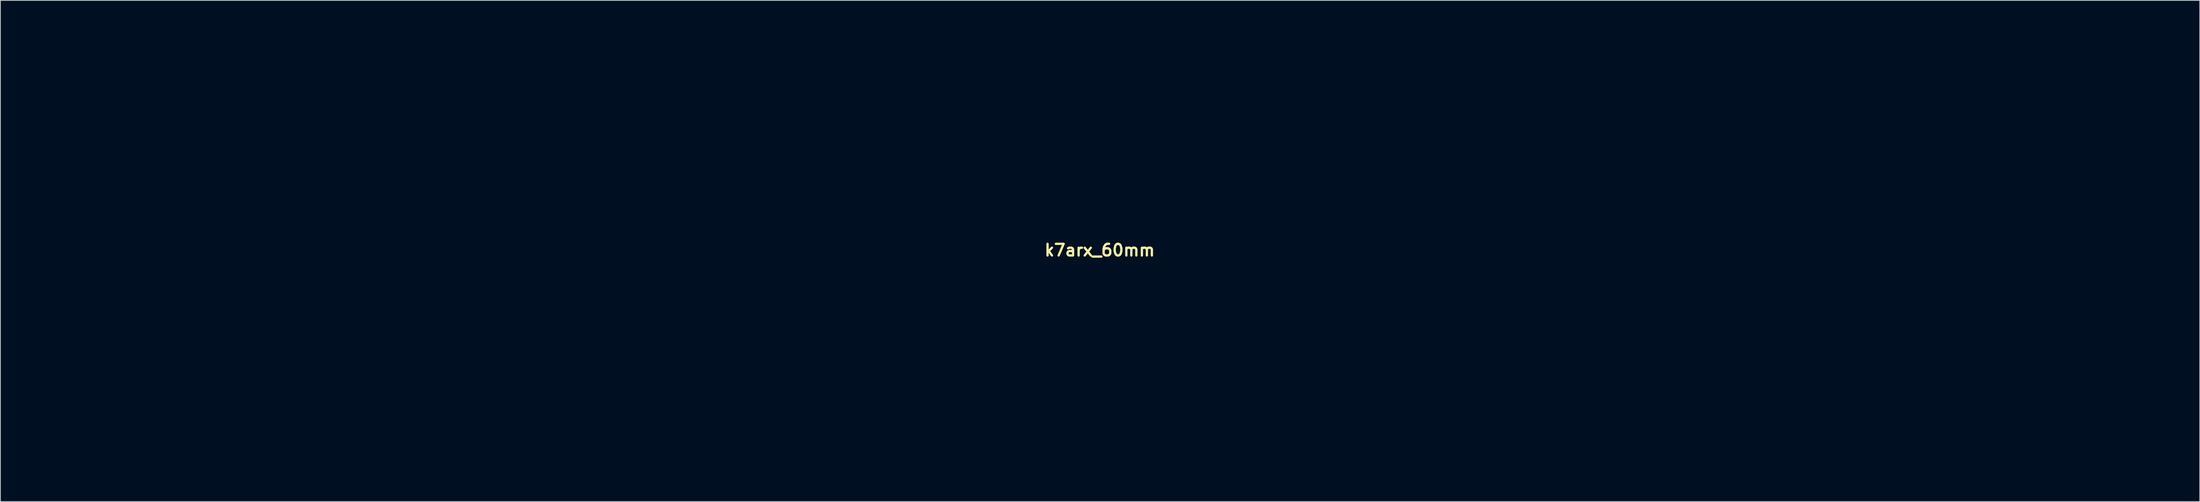
<source format=kicad_pcb>
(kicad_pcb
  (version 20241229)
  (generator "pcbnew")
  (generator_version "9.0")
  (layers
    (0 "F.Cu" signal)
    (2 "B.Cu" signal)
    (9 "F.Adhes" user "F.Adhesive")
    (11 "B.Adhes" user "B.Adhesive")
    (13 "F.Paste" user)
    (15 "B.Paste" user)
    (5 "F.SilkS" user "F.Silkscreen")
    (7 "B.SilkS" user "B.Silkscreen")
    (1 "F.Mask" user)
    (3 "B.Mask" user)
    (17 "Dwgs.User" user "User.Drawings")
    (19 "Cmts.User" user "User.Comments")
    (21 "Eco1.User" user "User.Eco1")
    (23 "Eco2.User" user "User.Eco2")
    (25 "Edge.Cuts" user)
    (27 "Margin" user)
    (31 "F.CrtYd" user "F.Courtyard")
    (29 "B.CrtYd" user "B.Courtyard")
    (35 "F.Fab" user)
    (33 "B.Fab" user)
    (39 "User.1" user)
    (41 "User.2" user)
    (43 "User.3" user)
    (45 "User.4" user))
  (footprint "k7arx_60mm"
    (layer "F.Cu")
    (at 140.752 29.701)
    (property "Reference" "k7arx_60mm" (at 0 0 0) (layer "F.SilkS") (effects (font (size 1.524 1.524) (thickness 0.3))))
    (attr through_hole)
    (fp_poly (pts (xy -77.039 -29.178) (xy -76.8 -29.163) (xy -76.47 -29.139) (xy -76.062 -29.107) (xy -75.592 -29.069) (xy -75.074 -29.026) (xy -74.521 -28.978) (xy -74.153 -28.946) (xy -73.006 -28.846) (xy -71.944 -28.757) (xy -70.951 -28.679) (xy -70.012 -28.61) (xy -69.112 -28.551) (xy -68.235 -28.501) (xy -67.368 -28.459) (xy -66.495 -28.424) (xy -65.6 -28.396) (xy -64.668 -28.375) (xy -63.685 -28.359) (xy -62.636 -28.348) (xy -61.505 -28.341) (xy -60.276 -28.338) (xy -59.567 -28.338) (xy -58.131 -28.34) (xy -56.8 -28.347) (xy -55.559 -28.359) (xy -54.393 -28.377) (xy -53.289 -28.401) (xy -52.23 -28.431) (xy -51.202 -28.468) (xy -50.19 -28.513) (xy -49.179 -28.566) (xy -48.155 -28.627) (xy -47.102 -28.697) (xy -46.127 -28.768) (xy -45.596 -28.806) (xy -45.098 -28.84) (xy -44.648 -28.868) (xy -44.259 -28.89) (xy -43.944 -28.905) (xy -43.718 -28.912) (xy -43.592 -28.911) (xy -43.575 -28.909) (xy -43.344 -28.786) (xy -43.092 -28.559) (xy -42.826 -28.236) (xy -42.555 -27.828) (xy -42.288 -27.347) (xy -42.26 -27.291) (xy -42.082 -26.91) (xy -41.902 -26.475) (xy -41.726 -26.007) (xy -41.561 -25.529) (xy -41.413 -25.06) (xy -41.29 -24.622) (xy -41.198 -24.236) (xy -41.144 -23.924) (xy -41.132 -23.761) (xy -41.149 -23.59) (xy -41.205 -23.416) (xy -41.31 -23.222) (xy -41.474 -22.995) (xy -41.707 -22.72) (xy -42.018 -22.381) (xy -42.072 -22.324) (xy -42.685 -21.673) (xy -43.232 -21.082) (xy -43.736 -20.526) (xy -44.218 -19.982) (xy -44.648 -19.485) (xy -46.366 -17.403) (xy -48.009 -15.247) (xy -49.573 -13.026) (xy -51.051 -10.749) (xy -52.44 -8.426) (xy -53.733 -6.065) (xy -54.926 -3.676) (xy -56.012 -1.268) (xy -56.988 1.152) (xy -57.604 2.852) (xy -58.269 4.883) (xy -58.849 6.88) (xy -59.349 8.868) (xy -59.774 10.871) (xy -60.13 12.911) (xy -60.421 15.013) (xy -60.628 16.933) (xy -60.654 17.283) (xy -60.677 17.724) (xy -60.697 18.241) (xy -60.713 18.818) (xy -60.726 19.439) (xy -60.735 20.088) (xy -60.74 20.749) (xy -60.742 21.407) (xy -60.739 22.044) (xy -60.733 22.646) (xy -60.723 23.196) (xy -60.708 23.678) (xy -60.69 24.077) (xy -60.667 24.376) (xy -60.66 24.439) (xy -60.585 24.981) (xy -60.487 25.56) (xy -60.375 26.145) (xy -60.254 26.706) (xy -60.131 27.21) (xy -60.012 27.627) (xy -60.008 27.637) (xy -59.88 28.089) (xy -59.795 28.499) (xy -59.764 28.763) (xy -59.753 29.005) (xy -59.763 29.168) (xy -59.8 29.291) (xy -59.871 29.412) (xy -59.877 29.42) (xy -60.026 29.591) (xy -60.205 29.736) (xy -60.228 29.75) (xy -60.264 29.77) (xy -60.305 29.788) (xy -60.357 29.804) (xy -60.428 29.818) (xy -60.524 29.83) (xy -60.654 29.84) (xy -60.825 29.848) (xy -61.043 29.856) (xy -61.316 29.862) (xy -61.651 29.866) (xy -62.055 29.87) (xy -62.536 29.873) (xy -63.1 29.876) (xy -63.755 29.878) (xy -64.509 29.88) (xy -65.368 29.881) (xy -66.339 29.883) (xy -66.382 29.883) (xy -67.221 29.884) (xy -68.028 29.884) (xy -68.795 29.883) (xy -69.514 29.881) (xy -70.176 29.879) (xy -70.773 29.875) (xy -71.296 29.872) (xy -71.738 29.867) (xy -72.088 29.862) (xy -72.34 29.856) (xy -72.485 29.85) (xy -72.515 29.847) (xy -72.804 29.724) (xy -73.075 29.514) (xy -73.296 29.251) (xy -73.432 28.966) (xy -73.435 28.956) (xy -73.468 28.753) (xy -73.488 28.432) (xy -73.495 27.995) (xy -73.487 27.444) (xy -73.467 26.781) (xy -73.437 26.091) (xy -73.259 23.576) (xy -72.966 21.03) (xy -72.56 18.452) (xy -72.039 15.845) (xy -71.406 13.211) (xy -70.66 10.551) (xy -69.802 7.867) (xy -68.832 5.16) (xy -67.751 2.432) (xy -66.56 -0.315) (xy -65.258 -3.08) (xy -63.847 -5.861) (xy -63.323 -6.845) (xy -62.52 -8.305) (xy -61.67 -9.788) (xy -60.787 -11.275) (xy -59.881 -12.747) (xy -58.965 -14.186) (xy -58.049 -15.574) (xy -57.147 -16.891) (xy -56.269 -18.118) (xy -56.029 -18.444) (xy -55.898 -18.631) (xy -55.805 -18.78) (xy -55.767 -18.868) (xy -55.768 -18.879) (xy -55.834 -18.886) (xy -56.011 -18.891) (xy -56.291 -18.896) (xy -56.666 -18.901) (xy -57.128 -18.905) (xy -57.667 -18.908) (xy -58.276 -18.911) (xy -58.946 -18.913) (xy -59.669 -18.914) (xy -60.436 -18.915) (xy -61.239 -18.915) (xy -62.07 -18.915) (xy -62.919 -18.914) (xy -63.779 -18.913) (xy -64.641 -18.912) (xy -65.497 -18.909) (xy -66.338 -18.907) (xy -67.157 -18.904) (xy -67.943 -18.9) (xy -68.69 -18.896) (xy -69.388 -18.892) (xy -70.03 -18.887) (xy -70.606 -18.882) (xy -71.109 -18.877) (xy -71.529 -18.871) (xy -71.859 -18.865) (xy -72.09 -18.858) (xy -72.177 -18.854) (xy -73.584 -18.73) (xy -74.909 -18.532) (xy -76.166 -18.256) (xy -77.368 -17.9) (xy -77.896 -17.713) (xy -78.163 -17.607) (xy -78.508 -17.462) (xy -78.902 -17.289) (xy -79.317 -17.102) (xy -79.723 -16.913) (xy -79.773 -16.89) (xy -80.286 -16.648) (xy -80.706 -16.454) (xy -81.046 -16.305) (xy -81.32 -16.194) (xy -81.542 -16.117) (xy -81.726 -16.067) (xy -81.885 -16.041) (xy -82.033 -16.033) (xy -82.048 -16.033) (xy -82.491 -16.075) (xy -82.874 -16.196) (xy -83.186 -16.387) (xy -83.416 -16.639) (xy -83.552 -16.944) (xy -83.585 -17.212) (xy -83.556 -17.545) (xy -83.474 -17.972) (xy -83.342 -18.481) (xy -83.166 -19.06) (xy -82.95 -19.697) (xy -82.7 -20.382) (xy -82.421 -21.102) (xy -82.116 -21.846) (xy -81.792 -22.603) (xy -81.453 -23.36) (xy -81.103 -24.108) (xy -80.748 -24.832) (xy -80.393 -25.524) (xy -80.041 -26.17) (xy -79.699 -26.759) (xy -79.371 -27.281) (xy -79.322 -27.353) (xy -78.959 -27.875) (xy -78.635 -28.296) (xy -78.342 -28.624) (xy -78.068 -28.868) (xy -77.804 -29.036) (xy -77.54 -29.138) (xy -77.266 -29.18) (xy -77.173 -29.183) (xy -77.039 -29.178)) (stroke (width 0.01) (type solid)) (fill yes) (layer "F.Mask"))
    (fp_poly (pts (xy -134.032 -28.732) (xy -133.309 -28.732) (xy -132.688 -28.73) (xy -132.162 -28.728) (xy -131.72 -28.725) (xy -131.355 -28.72) (xy -131.057 -28.714) (xy -130.818 -28.706) (xy -130.629 -28.697) (xy -130.482 -28.685) (xy -130.367 -28.671) (xy -130.275 -28.654) (xy -130.199 -28.635) (xy -130.171 -28.627) (xy -129.768 -28.455) (xy -129.445 -28.206) (xy -129.184 -27.864) (xy -129.102 -27.715) (xy -128.891 -27.303) (xy -128.899 -26.486) (xy -128.908 -26.12) (xy -128.929 -25.683) (xy -128.958 -25.223) (xy -128.992 -24.79) (xy -129.002 -24.679) (xy -129.067 -23.977) (xy -129.128 -23.218) (xy -129.187 -22.395) (xy -129.244 -21.497) (xy -129.3 -20.518) (xy -129.355 -19.448) (xy -129.41 -18.279) (xy -129.464 -17.003) (xy -129.493 -16.303) (xy -129.509 -15.851) (xy -129.526 -15.324) (xy -129.543 -14.73) (xy -129.56 -14.082) (xy -129.576 -13.39) (xy -129.592 -12.664) (xy -129.607 -11.915) (xy -129.622 -11.154) (xy -129.636 -10.392) (xy -129.648 -9.64) (xy -129.659 -8.907) (xy -129.669 -8.206) (xy -129.677 -7.546) (xy -129.683 -6.938) (xy -129.687 -6.394) (xy -129.689 -5.923) (xy -129.688 -5.536) (xy -129.685 -5.245) (xy -129.68 -5.06) (xy -129.677 -5.024) (xy -129.611 -4.632) (xy -129.492 -4.348) (xy -129.322 -4.173) (xy -129.101 -4.105) (xy -128.83 -4.147) (xy -128.511 -4.297) (xy -128.143 -4.557) (xy -128.142 -4.557) (xy -127.958 -4.709) (xy -127.699 -4.93) (xy -127.378 -5.207) (xy -127.008 -5.53) (xy -126.604 -5.885) (xy -126.178 -6.261) (xy -125.744 -6.647) (xy -125.316 -7.029) (xy -124.907 -7.397) (xy -124.531 -7.739) (xy -124.329 -7.923) (xy -123.388 -8.792) (xy -122.469 -9.65) (xy -121.567 -10.505) (xy -120.675 -11.362) (xy -119.786 -12.23) (xy -118.894 -13.113) (xy -117.992 -14.021) (xy -117.072 -14.959) (xy -116.13 -15.933) (xy -115.157 -16.952) (xy -114.148 -18.021) (xy -113.096 -19.148) (xy -111.994 -20.339) (xy -110.835 -21.602) (xy -109.614 -22.942) (xy -108.322 -24.367) (xy -108.203 -24.499) (xy -107.595 -25.171) (xy -107.059 -25.759) (xy -106.59 -26.269) (xy -106.178 -26.708) (xy -105.818 -27.081) (xy -105.502 -27.395) (xy -105.223 -27.655) (xy -104.975 -27.869) (xy -104.749 -28.041) (xy -104.54 -28.178) (xy -104.339 -28.287) (xy -104.14 -28.373) (xy -103.936 -28.442) (xy -103.72 -28.501) (xy -103.512 -28.549) (xy -103.427 -28.566) (xy -103.328 -28.58) (xy -103.205 -28.593) (xy -103.052 -28.603) (xy -102.861 -28.612) (xy -102.624 -28.62) (xy -102.334 -28.625) (xy -101.984 -28.63) (xy -101.565 -28.633) (xy -101.07 -28.635) (xy -100.491 -28.635) (xy -99.822 -28.635) (xy -99.054 -28.634) (xy -98.18 -28.632) (xy -97.367 -28.629) (xy -96.408 -28.627) (xy -95.563 -28.624) (xy -94.823 -28.621) (xy -94.181 -28.617) (xy -93.63 -28.614) (xy -93.162 -28.609) (xy -92.77 -28.604) (xy -92.447 -28.598) (xy -92.186 -28.592) (xy -91.978 -28.583) (xy -91.818 -28.574) (xy -91.696 -28.563) (xy -91.607 -28.55) (xy -91.542 -28.536) (xy -91.495 -28.519) (xy -91.464 -28.505) (xy -91.234 -28.315) (xy -91.088 -28.057) (xy -91.032 -27.752) (xy -91.073 -27.422) (xy -91.124 -27.275) (xy -91.191 -27.128) (xy -91.275 -26.98) (xy -91.385 -26.821) (xy -91.527 -26.643) (xy -91.711 -26.437) (xy -91.944 -26.194) (xy -92.235 -25.906) (xy -92.591 -25.564) (xy -93.021 -25.159) (xy -93.524 -24.691) (xy -95.112 -23.215) (xy -96.618 -21.812) (xy -98.049 -20.475) (xy -99.412 -19.196) (xy -100.714 -17.97) (xy -101.963 -16.788) (xy -103.166 -15.644) (xy -104.329 -14.531) (xy -105.462 -13.443) (xy -106.57 -12.371) (xy -107.661 -11.309) (xy -108.742 -10.25) (xy -109.821 -9.187) (xy -110.905 -8.114) (xy -112.001 -7.022) (xy -112.235 -6.789) (xy -112.795 -6.228) (xy -113.335 -5.686) (xy -113.849 -5.168) (xy -114.329 -4.682) (xy -114.769 -4.235) (xy -115.162 -3.833) (xy -115.502 -3.483) (xy -115.781 -3.192) (xy -115.994 -2.968) (xy -116.133 -2.816) (xy -116.185 -2.754) (xy -116.384 -2.46) (xy -116.492 -2.219) (xy -116.509 -2.003) (xy -116.433 -1.784) (xy -116.265 -1.535) (xy -116.143 -1.389) (xy -116.039 -1.267) (xy -115.868 -1.066) (xy -115.641 -0.799) (xy -115.369 -0.479) (xy -115.064 -0.12) (xy -114.736 0.267) (xy -114.432 0.626) (xy -113.466 1.763) (xy -112.52 2.875) (xy -111.599 3.953) (xy -110.709 4.994) (xy -109.854 5.99) (xy -109.039 6.936) (xy -108.269 7.826) (xy -107.551 8.655) (xy -106.887 9.415) (xy -106.285 10.102) (xy -105.748 10.71) (xy -105.282 11.232) (xy -105.204 11.319) (xy -103.514 13.171) (xy -101.871 14.922) (xy -100.27 16.575) (xy -98.706 18.137) (xy -97.172 19.612) (xy -95.663 21.008) (xy -94.173 22.328) (xy -92.697 23.578) (xy -91.482 24.563) (xy -91.293 24.714) (xy -91.035 24.919) (xy -90.735 25.158) (xy -90.417 25.41) (xy -90.187 25.593) (xy -89.698 25.998) (xy -89.257 26.391) (xy -88.878 26.761) (xy -88.572 27.096) (xy -88.352 27.383) (xy -88.3 27.466) (xy -88.122 27.859) (xy -88.026 28.273) (xy -88.02 28.669) (xy -88.029 28.728) (xy -88.122 29.099) (xy -88.276 29.385) (xy -88.51 29.612) (xy -88.75 29.761) (xy -88.787 29.779) (xy -88.832 29.794) (xy -88.893 29.808) (xy -88.976 29.821) (xy -89.089 29.831) (xy -89.237 29.841) (xy -89.428 29.849) (xy -89.668 29.856) (xy -89.965 29.862) (xy -90.325 29.867) (xy -90.754 29.871) (xy -91.26 29.875) (xy -91.849 29.878) (xy -92.529 29.881) (xy -93.305 29.884) (xy -94.185 29.887) (xy -95.175 29.889) (xy -95.625 29.89) (xy -96.841 29.893) (xy -97.939 29.894) (xy -98.919 29.894) (xy -99.784 29.892) (xy -100.535 29.889) (xy -101.174 29.884) (xy -101.701 29.878) (xy -102.119 29.87) (xy -102.429 29.861) (xy -102.632 29.85) (xy -102.71 29.842) (xy -103.013 29.774) (xy -103.343 29.664) (xy -103.555 29.573) (xy -103.834 29.412) (xy -104.127 29.186) (xy -104.442 28.886) (xy -104.788 28.504) (xy -105.174 28.03) (xy -105.443 27.679) (xy -106.24 26.63) (xy -107.056 25.571) (xy -107.897 24.497) (xy -108.767 23.403) (xy -109.671 22.284) (xy -110.613 21.133) (xy -111.598 19.945) (xy -112.631 18.715) (xy -113.717 17.438) (xy -114.859 16.106) (xy -116.063 14.716) (xy -117.333 13.262) (xy -118.673 11.737) (xy -120.09 10.137) (xy -121.362 8.707) (xy -121.932 8.069) (xy -122.428 7.515) (xy -122.858 7.039) (xy -123.227 6.633) (xy -123.542 6.291) (xy -123.808 6.006) (xy -124.033 5.773) (xy -124.222 5.584) (xy -124.382 5.433) (xy -124.519 5.313) (xy -124.638 5.219) (xy -124.747 5.142) (xy -124.747 5.142) (xy -124.885 5.057) (xy -125.009 5.005) (xy -125.134 4.99) (xy -125.272 5.02) (xy -125.438 5.101) (xy -125.645 5.238) (xy -125.909 5.437) (xy -126.242 5.705) (xy -126.461 5.885) (xy -127.091 6.408) (xy -127.631 6.87) (xy -128.089 7.281) (xy -128.47 7.648) (xy -128.784 7.982) (xy -129.036 8.292) (xy -129.234 8.587) (xy -129.385 8.877) (xy -129.498 9.169) (xy -129.577 9.475) (xy -129.632 9.803) (xy -129.651 9.968) (xy -129.665 10.197) (xy -129.672 10.537) (xy -129.672 10.978) (xy -129.666 11.513) (xy -129.654 12.131) (xy -129.635 12.824) (xy -129.612 13.583) (xy -129.583 14.399) (xy -129.55 15.262) (xy -129.512 16.164) (xy -129.471 17.096) (xy -129.426 18.049) (xy -129.377 19.013) (xy -129.326 19.98) (xy -129.272 20.941) (xy -129.216 21.887) (xy -129.158 22.808) (xy -129.132 23.208) (xy -129.072 24.114) (xy -129.02 24.909) (xy -128.977 25.601) (xy -128.942 26.198) (xy -128.916 26.71) (xy -128.899 27.144) (xy -128.89 27.508) (xy -128.891 27.812) (xy -128.9 28.064) (xy -128.918 28.273) (xy -128.946 28.446) (xy -128.982 28.592) (xy -129.028 28.72) (xy -129.083 28.838) (xy -129.147 28.954) (xy -129.18 29.009) (xy -129.419 29.306) (xy -129.751 29.564) (xy -130.147 29.762) (xy -130.242 29.797) (xy -130.337 29.809) (xy -130.541 29.821) (xy -130.841 29.832) (xy -131.225 29.842) (xy -131.682 29.851) (xy -132.199 29.859) (xy -132.765 29.867) (xy -133.368 29.873) (xy -133.995 29.878) (xy -134.635 29.882) (xy -135.277 29.884) (xy -135.907 29.886) (xy -136.515 29.886) (xy -137.088 29.884) (xy -137.614 29.881) (xy -138.082 29.877) (xy -138.479 29.87) (xy -138.794 29.862) (xy -139.015 29.853) (xy -139.116 29.844) (xy -139.584 29.718) (xy -139.991 29.495) (xy -140.325 29.184) (xy -140.575 28.793) (xy -140.637 28.647) (xy -140.68 28.527) (xy -140.712 28.412) (xy -140.732 28.282) (xy -140.744 28.117) (xy -140.747 27.898) (xy -140.743 27.604) (xy -140.733 27.216) (xy -140.729 27.081) (xy -140.713 26.617) (xy -140.69 26.078) (xy -140.663 25.51) (xy -140.632 24.958) (xy -140.604 24.499) (xy -140.543 23.526) (xy -140.481 22.445) (xy -140.42 21.27) (xy -140.36 20.014) (xy -140.302 18.69) (xy -140.245 17.311) (xy -140.191 15.89) (xy -140.139 14.44) (xy -140.091 12.974) (xy -140.047 11.504) (xy -140.006 10.045) (xy -139.971 8.608) (xy -139.94 7.208) (xy -139.915 5.856) (xy -139.906 5.254) (xy -139.873 1.626) (xy -139.879 -2.091) (xy -139.923 -5.873) (xy -140.004 -9.696) (xy -140.123 -13.535) (xy -140.278 -17.367) (xy -140.469 -21.166) (xy -140.607 -23.539) (xy -140.641 -24.106) (xy -140.67 -24.662) (xy -140.696 -25.191) (xy -140.716 -25.674) (xy -140.731 -26.094) (xy -140.739 -26.434) (xy -140.739 -26.676) (xy -140.738 -26.721) (xy -140.725 -27.037) (xy -140.705 -27.265) (xy -140.672 -27.436) (xy -140.622 -27.582) (xy -140.558 -27.716) (xy -140.295 -28.095) (xy -139.942 -28.397) (xy -139.573 -28.59) (xy -139.22 -28.733) (xy -134.866 -28.733) (xy -134.032 -28.732)) (stroke (width 0.01) (type solid)) (fill yes) (layer "F.Mask"))
    (fp_poly (pts (xy 45.12 -28.765) (xy 46.19 -28.764) (xy 47.241 -28.762) (xy 48.268 -28.76) (xy 49.264 -28.758) (xy 50.221 -28.755) (xy 51.134 -28.752) (xy 51.994 -28.748) (xy 52.795 -28.744) (xy 53.531 -28.739) (xy 54.193 -28.734) (xy 54.776 -28.729) (xy 55.273 -28.722) (xy 55.676 -28.716) (xy 55.979 -28.709) (xy 56.15 -28.702) (xy 57.228 -28.641) (xy 58.209 -28.569) (xy 59.117 -28.483) (xy 59.976 -28.379) (xy 60.809 -28.256) (xy 61.64 -28.112) (xy 61.879 -28.066) (xy 63.415 -27.724) (xy 64.856 -27.31) (xy 66.202 -26.825) (xy 67.451 -26.269) (xy 68.604 -25.643) (xy 69.66 -24.946) (xy 70.62 -24.179) (xy 71.483 -23.342) (xy 72.248 -22.435) (xy 72.917 -21.458) (xy 73.487 -20.411) (xy 73.667 -20.022) (xy 74.017 -19.129) (xy 74.319 -18.167) (xy 74.557 -17.183) (xy 74.664 -16.603) (xy 74.744 -16.087) (xy 74.805 -15.646) (xy 74.849 -15.247) (xy 74.878 -14.855) (xy 74.895 -14.439) (xy 74.904 -13.964) (xy 74.905 -13.481) (xy 74.881 -12.431) (xy 74.808 -11.465) (xy 74.681 -10.555) (xy 74.497 -9.673) (xy 74.252 -8.792) (xy 74.206 -8.647) (xy 73.762 -7.437) (xy 73.215 -6.262) (xy 72.564 -5.116) (xy 71.805 -3.994) (xy 70.933 -2.89) (xy 69.946 -1.799) (xy 69.595 -1.441) (xy 68.933 -0.797) (xy 68.249 -0.17) (xy 67.533 0.449) (xy 66.773 1.07) (xy 65.956 1.702) (xy 65.072 2.354) (xy 64.109 3.035) (xy 63.054 3.755) (xy 62.519 4.111) (xy 62.136 4.368) (xy 61.782 4.609) (xy 61.471 4.824) (xy 61.217 5.006) (xy 61.033 5.143) (xy 60.931 5.227) (xy 60.918 5.242) (xy 60.838 5.454) (xy 60.841 5.718) (xy 60.926 6.001) (xy 60.994 6.133) (xy 61.035 6.199) (xy 61.095 6.289) (xy 61.177 6.408) (xy 61.287 6.563) (xy 61.427 6.757) (xy 61.601 6.996) (xy 61.813 7.286) (xy 62.067 7.631) (xy 62.367 8.037) (xy 62.717 8.509) (xy 63.121 9.052) (xy 63.581 9.672) (xy 64.104 10.373) (xy 64.691 11.161) (xy 65.183 11.822) (xy 65.851 12.715) (xy 66.459 13.522) (xy 67.018 14.257) (xy 67.538 14.932) (xy 68.03 15.56) (xy 68.503 16.155) (xy 68.968 16.728) (xy 69.435 17.293) (xy 69.914 17.862) (xy 70.415 18.449) (xy 70.573 18.633) (xy 71.211 19.361) (xy 71.899 20.128) (xy 72.624 20.919) (xy 73.373 21.719) (xy 74.132 22.516) (xy 74.887 23.294) (xy 75.625 24.041) (xy 76.333 24.742) (xy 76.996 25.382) (xy 77.603 25.949) (xy 77.811 26.138) (xy 78.268 26.572) (xy 78.656 26.983) (xy 78.964 27.362) (xy 79.186 27.699) (xy 79.314 27.984) (xy 79.32 28.003) (xy 79.365 28.273) (xy 79.372 28.575) (xy 79.367 28.633) (xy 79.282 29.048) (xy 79.109 29.38) (xy 78.849 29.63) (xy 78.502 29.798) (xy 78.33 29.843) (xy 78.221 29.855) (xy 78.011 29.865) (xy 77.698 29.874) (xy 77.28 29.881) (xy 76.755 29.887) (xy 76.12 29.891) (xy 75.375 29.893) (xy 74.516 29.894) (xy 73.543 29.894) (xy 72.453 29.892) (xy 71.815 29.89) (xy 65.602 29.872) (xy 65.246 29.738) (xy 64.829 29.556) (xy 64.484 29.347) (xy 64.163 29.081) (xy 64.084 29.005) (xy 63.946 28.867) (xy 63.814 28.728) (xy 63.682 28.58) (xy 63.544 28.414) (xy 63.392 28.222) (xy 63.222 27.995) (xy 63.026 27.725) (xy 62.8 27.403) (xy 62.535 27.02) (xy 62.227 26.568) (xy 61.869 26.039) (xy 61.455 25.424) (xy 61.156 24.98) (xy 60.203 23.567) (xy 59.297 22.24) (xy 58.427 20.982) (xy 57.578 19.774) (xy 56.739 18.599) (xy 55.896 17.439) (xy 55.037 16.277) (xy 54.149 15.094) (xy 53.219 13.873) (xy 52.234 12.597) (xy 52.022 12.324) (xy 51.58 11.764) (xy 51.197 11.299) (xy 50.865 10.92) (xy 50.576 10.621) (xy 50.324 10.396) (xy 50.101 10.238) (xy 49.9 10.139) (xy 49.713 10.093) (xy 49.626 10.088) (xy 49.47 10.106) (xy 49.215 10.159) (xy 48.874 10.241) (xy 48.462 10.349) (xy 47.994 10.478) (xy 47.483 10.625) (xy 46.944 10.786) (xy 46.391 10.956) (xy 45.838 11.131) (xy 45.3 11.308) (xy 44.984 11.415) (xy 44.714 11.506) (xy 44.486 11.581) (xy 44.322 11.631) (xy 44.248 11.649) (xy 44.239 11.59) (xy 44.231 11.419) (xy 44.223 11.144) (xy 44.216 10.771) (xy 44.21 10.31) (xy 44.205 9.768) (xy 44.201 9.152) (xy 44.197 8.471) (xy 44.195 7.731) (xy 44.195 6.944) (xy 44.195 2.238) (xy 45.261 1.893) (xy 46.93 1.325) (xy 48.57 0.712) (xy 50.161 0.062) (xy 51.688 -0.618) (xy 53.132 -1.321) (xy 54.476 -2.038) (xy 54.673 -2.15) (xy 56.074 -2.991) (xy 57.365 -3.855) (xy 58.545 -4.741) (xy 59.612 -5.647) (xy 60.565 -6.572) (xy 61.403 -7.516) (xy 62.126 -8.477) (xy 62.731 -9.455) (xy 63.139 -10.268) (xy 63.486 -11.153) (xy 63.732 -12.033) (xy 63.876 -12.9) (xy 63.92 -13.746) (xy 63.865 -14.564) (xy 63.711 -15.344) (xy 63.46 -16.078) (xy 63.11 -16.759) (xy 62.665 -17.378) (xy 62.495 -17.569) (xy 61.924 -18.096) (xy 61.256 -18.562) (xy 60.502 -18.96) (xy 59.672 -19.287) (xy 58.776 -19.536) (xy 58.609 -19.572) (xy 58.392 -19.616) (xy 58.186 -19.656) (xy 57.982 -19.691) (xy 57.773 -19.722) (xy 57.552 -19.75) (xy 57.312 -19.774) (xy 57.045 -19.794) (xy 56.744 -19.812) (xy 56.401 -19.827) (xy 56.009 -19.839) (xy 55.562 -19.849) (xy 55.051 -19.857) (xy 54.469 -19.863) (xy 53.809 -19.868) (xy 53.064 -19.871) (xy 52.226 -19.873) (xy 51.287 -19.874) (xy 50.242 -19.875) (xy 49.415 -19.875) (xy 48.321 -19.875) (xy 47.34 -19.875) (xy 46.467 -19.875) (xy 45.694 -19.874) (xy 45.014 -19.872) (xy 44.422 -19.869) (xy 43.911 -19.863) (xy 43.474 -19.856) (xy 43.105 -19.846) (xy 42.797 -19.833) (xy 42.543 -19.817) (xy 42.337 -19.798) (xy 42.173 -19.775) (xy 42.043 -19.747) (xy 41.942 -19.715) (xy 41.863 -19.678) (xy 41.799 -19.636) (xy 41.743 -19.588) (xy 41.69 -19.534) (xy 41.632 -19.474) (xy 41.62 -19.463) (xy 41.582 -19.428) (xy 41.546 -19.401) (xy 41.513 -19.376) (xy 41.482 -19.35) (xy 41.453 -19.32) (xy 41.427 -19.28) (xy 41.402 -19.228) (xy 41.38 -19.158) (xy 41.36 -19.067) (xy 41.341 -18.952) (xy 41.324 -18.807) (xy 41.309 -18.629) (xy 41.295 -18.414) (xy 41.283 -18.158) (xy 41.272 -17.856) (xy 41.263 -17.506) (xy 41.255 -17.102) (xy 41.248 -16.641) (xy 41.242 -16.119) (xy 41.237 -15.532) (xy 41.233 -14.875) (xy 41.229 -14.146) (xy 41.227 -13.339) (xy 41.225 -12.45) (xy 41.223 -11.477) (xy 41.223 -10.414) (xy 41.222 -9.257) (xy 41.222 -8.004) (xy 41.222 -6.649) (xy 41.222 -5.188) (xy 41.222 -3.619) (xy 41.222 -1.936) (xy 41.222 -0.751) (xy 41.222 1.051) (xy 41.222 2.738) (xy 41.223 4.316) (xy 41.223 5.788) (xy 41.224 7.161) (xy 41.225 8.44) (xy 41.226 9.63) (xy 41.228 10.736) (xy 41.231 11.762) (xy 41.234 12.716) (xy 41.238 13.6) (xy 41.243 14.421) (xy 41.249 15.185) (xy 41.255 15.895) (xy 41.263 16.557) (xy 41.272 17.176) (xy 41.282 17.758) (xy 41.294 18.307) (xy 41.307 18.829) (xy 41.321 19.329) (xy 41.337 19.812) (xy 41.354 20.283) (xy 41.374 20.748) (xy 41.395 21.211) (xy 41.417 21.678) (xy 41.442 22.153) (xy 41.469 22.643) (xy 41.498 23.151) (xy 41.529 23.684) (xy 41.562 24.247) (xy 41.598 24.844) (xy 41.619 25.19) (xy 41.659 25.893) (xy 41.69 26.488) (xy 41.71 26.987) (xy 41.72 27.402) (xy 41.719 27.743) (xy 41.707 28.025) (xy 41.683 28.257) (xy 41.648 28.451) (xy 41.6 28.621) (xy 41.541 28.776) (xy 41.525 28.811) (xy 41.31 29.176) (xy 41.027 29.46) (xy 40.655 29.682) (xy 40.545 29.73) (xy 40.202 29.873) (xy 35.608 29.882) (xy 34.868 29.883) (xy 34.157 29.883) (xy 33.485 29.881) (xy 32.863 29.879) (xy 32.299 29.875) (xy 31.805 29.871) (xy 31.389 29.866) (xy 31.063 29.86) (xy 30.837 29.853) (xy 30.719 29.846) (xy 30.714 29.846) (xy 30.246 29.724) (xy 29.842 29.516) (xy 29.513 29.232) (xy 29.273 28.882) (xy 29.162 28.597) (xy 29.127 28.452) (xy 29.1 28.29) (xy 29.081 28.099) (xy 29.071 27.867) (xy 29.069 27.584) (xy 29.076 27.236) (xy 29.091 26.814) (xy 29.115 26.304) (xy 29.148 25.696) (xy 29.182 25.11) (xy 29.295 23.149) (xy 29.397 21.291) (xy 29.487 19.523) (xy 29.568 17.828) (xy 29.639 16.191) (xy 29.7 14.597) (xy 29.751 13.031) (xy 29.795 11.476) (xy 29.829 9.918) (xy 29.856 8.342) (xy 29.876 6.732) (xy 29.888 5.072) (xy 29.894 3.348) (xy 29.893 1.544) (xy 29.887 -0.356) (xy 29.884 -0.871) (xy 29.876 -2.282) (xy 29.867 -3.587) (xy 29.856 -4.799) (xy 29.843 -5.933) (xy 29.827 -7.001) (xy 29.809 -8.017) (xy 29.788 -8.996) (xy 29.764 -9.951) (xy 29.736 -10.895) (xy 29.704 -11.842) (xy 29.667 -12.806) (xy 29.625 -13.801) (xy 29.578 -14.84) (xy 29.526 -15.937) (xy 29.467 -17.106) (xy 29.423 -17.954) (xy 29.366 -19.061) (xy 29.314 -20.056) (xy 29.269 -20.946) (xy 29.229 -21.738) (xy 29.195 -22.439) (xy 29.165 -23.059) (xy 29.14 -23.602) (xy 29.12 -24.078) (xy 29.103 -24.494) (xy 29.091 -24.856) (xy 29.081 -25.173) (xy 29.075 -25.452) (xy 29.072 -25.701) (xy 29.071 -25.926) (xy 29.072 -26.135) (xy 29.075 -26.336) (xy 29.076 -26.351) (xy 29.086 -26.747) (xy 29.098 -27.045) (xy 29.115 -27.265) (xy 29.139 -27.429) (xy 29.173 -27.557) (xy 29.219 -27.672) (xy 29.223 -27.682) (xy 29.461 -28.059) (xy 29.79 -28.357) (xy 30.208 -28.576) (xy 30.612 -28.695) (xy 30.708 -28.703) (xy 30.917 -28.71) (xy 31.233 -28.717) (xy 31.647 -28.723) (xy 32.155 -28.729) (xy 32.748 -28.734) (xy 33.42 -28.739) (xy 34.164 -28.744) (xy 34.972 -28.748) (xy 35.839 -28.752) (xy 36.757 -28.755) (xy 37.72 -28.758) (xy 38.72 -28.76) (xy 39.75 -28.762) (xy 40.804 -28.764) (xy 41.875 -28.764) (xy 42.956 -28.765) (xy 44.04 -28.765) (xy 45.12 -28.765)) (stroke (width 0.01) (type solid)) (fill yes) (layer "F.Mask"))
    (fp_poly (pts (xy 97.163 -28.733) (xy 97.859 -28.731) (xy 98.464 -28.728) (xy 98.986 -28.723) (xy 99.43 -28.715) (xy 99.805 -28.704) (xy 100.117 -28.688) (xy 100.375 -28.669) (xy 100.584 -28.644) (xy 100.753 -28.614) (xy 100.889 -28.578) (xy 100.998 -28.536) (xy 101.088 -28.486) (xy 101.166 -28.428) (xy 101.24 -28.363) (xy 101.317 -28.288) (xy 101.403 -28.204) (xy 101.404 -28.203) (xy 101.507 -28.104) (xy 101.603 -28.002) (xy 101.701 -27.886) (xy 101.807 -27.748) (xy 101.929 -27.576) (xy 102.072 -27.359) (xy 102.244 -27.088) (xy 102.452 -26.752) (xy 102.702 -26.341) (xy 103.002 -25.844) (xy 103.245 -25.441) (xy 103.567 -24.906) (xy 103.839 -24.455) (xy 104.074 -24.067) (xy 104.284 -23.722) (xy 104.48 -23.402) (xy 104.675 -23.086) (xy 104.881 -22.755) (xy 105.109 -22.388) (xy 105.357 -21.992) (xy 105.551 -21.682) (xy 105.737 -21.385) (xy 105.899 -21.125) (xy 106.022 -20.928) (xy 106.069 -20.851) (xy 106.177 -20.681) (xy 106.346 -20.421) (xy 106.567 -20.083) (xy 106.835 -19.677) (xy 107.141 -19.213) (xy 107.48 -18.703) (xy 107.844 -18.156) (xy 108.226 -17.582) (xy 108.619 -16.994) (xy 109.017 -16.401) (xy 109.411 -15.813) (xy 109.795 -15.241) (xy 110.162 -14.696) (xy 110.505 -14.187) (xy 110.818 -13.727) (xy 111.092 -13.325) (xy 111.231 -13.12) (xy 111.539 -12.676) (xy 111.834 -12.256) (xy 112.108 -11.871) (xy 112.353 -11.534) (xy 112.559 -11.256) (xy 112.718 -11.051) (xy 112.821 -10.93) (xy 112.836 -10.915) (xy 113.056 -10.743) (xy 113.265 -10.648) (xy 113.472 -10.635) (xy 113.685 -10.707) (xy 113.914 -10.87) (xy 114.166 -11.128) (xy 114.451 -11.486) (xy 114.777 -11.949) (xy 114.78 -11.954) (xy 114.955 -12.211) (xy 115.177 -12.537) (xy 115.426 -12.901) (xy 115.682 -13.274) (xy 115.885 -13.569) (xy 116.94 -15.11) (xy 117.933 -16.578) (xy 118.874 -17.991) (xy 119.777 -19.37) (xy 120.654 -20.732) (xy 121.518 -22.099) (xy 122.381 -23.489) (xy 123.255 -24.921) (xy 123.625 -25.534) (xy 123.897 -25.982) (xy 124.158 -26.411) (xy 124.402 -26.806) (xy 124.618 -27.154) (xy 124.798 -27.439) (xy 124.933 -27.648) (xy 125.011 -27.762) (xy 125.347 -28.154) (xy 125.697 -28.435) (xy 126.072 -28.615) (xy 126.086 -28.62) (xy 126.147 -28.638) (xy 126.215 -28.655) (xy 126.297 -28.669) (xy 126.401 -28.682) (xy 126.535 -28.693) (xy 126.704 -28.702) (xy 126.918 -28.709) (xy 127.182 -28.716) (xy 127.506 -28.721) (xy 127.895 -28.725) (xy 128.357 -28.727) (xy 128.901 -28.73) (xy 129.532 -28.731) (xy 130.259 -28.732) (xy 131.089 -28.732) (xy 132.029 -28.733) (xy 132.374 -28.733) (xy 138.319 -28.733) (xy 138.583 -28.583) (xy 138.844 -28.385) (xy 138.998 -28.142) (xy 139.055 -27.838) (xy 139.05 -27.673) (xy 139.034 -27.524) (xy 139.01 -27.381) (xy 138.973 -27.236) (xy 138.917 -27.081) (xy 138.837 -26.909) (xy 138.728 -26.713) (xy 138.586 -26.484) (xy 138.406 -26.215) (xy 138.182 -25.899) (xy 137.91 -25.528) (xy 137.585 -25.094) (xy 137.201 -24.589) (xy 136.753 -24.006) (xy 136.238 -23.337) (xy 136.149 -23.223) (xy 135.716 -22.661) (xy 135.293 -22.114) (xy 134.888 -21.59) (xy 134.51 -21.099) (xy 134.165 -20.651) (xy 133.86 -20.256) (xy 133.604 -19.924) (xy 133.404 -19.663) (xy 133.267 -19.485) (xy 133.237 -19.445) (xy 133.03 -19.173) (xy 132.779 -18.845) (xy 132.514 -18.498) (xy 132.264 -18.172) (xy 132.228 -18.124) (xy 131.797 -17.559) (xy 131.305 -16.911) (xy 130.761 -16.192) (xy 130.176 -15.415) (xy 129.559 -14.593) (xy 128.92 -13.739) (xy 128.268 -12.867) (xy 127.614 -11.989) (xy 126.966 -11.118) (xy 126.335 -10.268) (xy 125.731 -9.452) (xy 125.163 -8.681) (xy 124.64 -7.971) (xy 124.174 -7.333) (xy 124.147 -7.296) (xy 123.882 -6.933) (xy 123.614 -6.566) (xy 123.36 -6.218) (xy 123.136 -5.913) (xy 122.961 -5.674) (xy 122.917 -5.614) (xy 122.732 -5.363) (xy 122.504 -5.049) (xy 122.257 -4.709) (xy 122.018 -4.378) (xy 121.957 -4.293) (xy 121.745 -3.999) (xy 121.539 -3.714) (xy 121.357 -3.462) (xy 121.218 -3.271) (xy 121.174 -3.213) (xy 120.7 -2.564) (xy 120.301 -2.009) (xy 119.977 -1.546) (xy 119.728 -1.176) (xy 119.554 -0.898) (xy 119.454 -0.711) (xy 119.432 -0.652) (xy 119.401 -0.471) (xy 119.412 -0.283) (xy 119.471 -0.074) (xy 119.585 0.171) (xy 119.76 0.468) (xy 120.002 0.831) (xy 120.2 1.111) (xy 120.426 1.426) (xy 120.702 1.81) (xy 121.009 2.237) (xy 121.325 2.677) (xy 121.632 3.105) (xy 121.774 3.303) (xy 122.803 4.73) (xy 123.865 6.192) (xy 124.951 7.675) (xy 126.052 9.168) (xy 127.158 10.659) (xy 128.261 12.134) (xy 129.35 13.582) (xy 130.417 14.991) (xy 131.453 16.347) (xy 132.448 17.64) (xy 133.394 18.855) (xy 134.172 19.846) (xy 134.929 20.802) (xy 135.696 21.764) (xy 136.46 22.717) (xy 137.211 23.648) (xy 137.935 24.542) (xy 138.622 25.385) (xy 139.261 26.162) (xy 139.839 26.859) (xy 139.874 26.901) (xy 140.206 27.334) (xy 140.478 27.76) (xy 140.595 27.982) (xy 140.716 28.246) (xy 140.79 28.448) (xy 140.828 28.629) (xy 140.84 28.831) (xy 140.841 28.902) (xy 140.837 29.122) (xy 140.817 29.264) (xy 140.762 29.37) (xy 140.657 29.482) (xy 140.595 29.541) (xy 140.354 29.722) (xy 140.084 29.825) (xy 140.02 29.839) (xy 139.917 29.852) (xy 139.736 29.863) (xy 139.471 29.872) (xy 139.119 29.88) (xy 138.676 29.886) (xy 138.138 29.89) (xy 137.499 29.893) (xy 136.757 29.894) (xy 135.907 29.894) (xy 134.945 29.893) (xy 133.931 29.891) (xy 128.171 29.874) (xy 127.814 29.73) (xy 127.446 29.529) (xy 127.09 29.237) (xy 126.777 28.883) (xy 126.672 28.732) (xy 126.587 28.596) (xy 126.451 28.376) (xy 126.276 28.089) (xy 126.072 27.755) (xy 125.851 27.391) (xy 125.697 27.137) (xy 125.474 26.768) (xy 125.263 26.421) (xy 125.075 26.112) (xy 124.92 25.859) (xy 124.81 25.68) (xy 124.764 25.606) (xy 124.673 25.463) (xy 124.538 25.246) (xy 124.376 24.986) (xy 124.206 24.711) (xy 124.205 24.709) (xy 123.793 24.049) (xy 123.321 23.308) (xy 122.8 22.501) (xy 122.242 21.645) (xy 121.656 20.755) (xy 121.054 19.849) (xy 120.446 18.941) (xy 119.842 18.048) (xy 119.253 17.187) (xy 118.691 16.372) (xy 118.475 16.063) (xy 118.304 15.818) (xy 118.081 15.499) (xy 117.823 15.13) (xy 117.548 14.737) (xy 117.273 14.343) (xy 117.153 14.171) (xy 116.873 13.772) (xy 116.577 13.35) (xy 116.283 12.934) (xy 116.012 12.55) (xy 115.782 12.227) (xy 115.713 12.13) (xy 115.455 11.768) (xy 115.161 11.356) (xy 114.865 10.94) (xy 114.6 10.567) (xy 114.559 10.508) (xy 114.357 10.228) (xy 114.171 9.975) (xy 114.015 9.77) (xy 113.903 9.632) (xy 113.862 9.587) (xy 113.664 9.481) (xy 113.415 9.442) (xy 113.169 9.476) (xy 113.08 9.512) (xy 112.959 9.605) (xy 112.801 9.769) (xy 112.633 9.974) (xy 112.575 10.053) (xy 112.474 10.194) (xy 112.313 10.421) (xy 112.099 10.723) (xy 111.841 11.088) (xy 111.547 11.505) (xy 111.226 11.96) (xy 110.884 12.443) (xy 110.532 12.942) (xy 110.177 13.446) (xy 109.827 13.941) (xy 109.492 14.417) (xy 109.178 14.863) (xy 108.895 15.265) (xy 108.803 15.394) (xy 107.035 17.946) (xy 105.307 20.52) (xy 103.636 23.091) (xy 102.037 25.634) (xy 101.153 27.081) (xy 100.933 27.444) (xy 100.718 27.797) (xy 100.522 28.117) (xy 100.357 28.384) (xy 100.237 28.577) (xy 100.208 28.622) (xy 99.896 29.038) (xy 99.542 29.385) (xy 99.169 29.642) (xy 98.986 29.729) (xy 98.628 29.874) (xy 92.803 29.883) (xy 91.973 29.884) (xy 91.175 29.884) (xy 90.417 29.883) (xy 89.708 29.882) (xy 89.056 29.879) (xy 88.469 29.876) (xy 87.957 29.872) (xy 87.527 29.868) (xy 87.188 29.863) (xy 86.949 29.857) (xy 86.819 29.851) (xy 86.798 29.848) (xy 86.437 29.712) (xy 86.176 29.511) (xy 86.016 29.246) (xy 85.96 28.92) (xy 86.009 28.537) (xy 86.013 28.522) (xy 86.083 28.287) (xy 86.173 28.059) (xy 86.293 27.823) (xy 86.453 27.565) (xy 86.662 27.269) (xy 86.929 26.921) (xy 87.264 26.506) (xy 87.433 26.301) (xy 88.907 24.508) (xy 90.43 22.625) (xy 91.991 20.666) (xy 93.58 18.643) (xy 95.185 16.571) (xy 96.797 14.464) (xy 98.405 12.334) (xy 98.895 11.679) (xy 99.337 11.087) (xy 99.721 10.573) (xy 100.058 10.12) (xy 100.363 9.709) (xy 100.648 9.324) (xy 100.927 8.947) (xy 101.213 8.56) (xy 101.518 8.144) (xy 101.855 7.684) (xy 102.239 7.16) (xy 102.496 6.808) (xy 102.731 6.488) (xy 102.98 6.148) (xy 103.218 5.824) (xy 103.418 5.553) (xy 103.461 5.494) (xy 103.657 5.227) (xy 103.892 4.903) (xy 104.136 4.565) (xy 104.351 4.263) (xy 104.584 3.937) (xy 104.853 3.561) (xy 105.126 3.18) (xy 105.368 2.843) (xy 105.788 2.26) (xy 106.143 1.766) (xy 106.439 1.352) (xy 106.681 1.01) (xy 106.876 0.73) (xy 107.029 0.504) (xy 107.145 0.324) (xy 107.231 0.182) (xy 107.291 0.067) (xy 107.332 -0.028) (xy 107.359 -0.111) (xy 107.377 -0.192) (xy 107.387 -0.242) (xy 107.399 -0.439) (xy 107.359 -0.65) (xy 107.259 -0.893) (xy 107.093 -1.182) (xy 106.853 -1.537) (xy 106.764 -1.66) (xy 106.523 -1.992) (xy 106.251 -2.366) (xy 105.983 -2.734) (xy 105.771 -3.027) (xy 105.635 -3.214) (xy 105.437 -3.486) (xy 105.188 -3.829) (xy 104.897 -4.229) (xy 104.573 -4.675) (xy 104.226 -5.151) (xy 103.865 -5.647) (xy 103.501 -6.148) (xy 103.142 -6.641) (xy 102.798 -7.114) (xy 102.478 -7.552) (xy 102.192 -7.944) (xy 101.95 -8.276) (xy 101.762 -8.535) (xy 101.736 -8.57) (xy 101.47 -8.933) (xy 101.144 -9.375) (xy 100.766 -9.885) (xy 100.346 -10.452) (xy 99.89 -11.065) (xy 99.407 -11.713) (xy 98.904 -12.386) (xy 98.391 -13.073) (xy 97.875 -13.762) (xy 97.365 -14.444) (xy 96.867 -15.107) (xy 96.391 -15.74) (xy 95.944 -16.333) (xy 95.535 -16.876) (xy 95.171 -17.356) (xy 94.862 -17.764) (xy 94.614 -18.088) (xy 94.571 -18.143) (xy 94.394 -18.373) (xy 94.164 -18.673) (xy 93.901 -19.017) (xy 93.623 -19.381) (xy 93.35 -19.738) (xy 93.313 -19.786) (xy 93.009 -20.184) (xy 92.665 -20.632) (xy 92.311 -21.094) (xy 91.975 -21.53) (xy 91.722 -21.858) (xy 91.462 -22.194) (xy 91.15 -22.598) (xy 90.807 -23.043) (xy 90.453 -23.502) (xy 90.109 -23.947) (xy 89.891 -24.23) (xy 89.603 -24.603) (xy 89.324 -24.964) (xy 89.066 -25.296) (xy 88.842 -25.584) (xy 88.665 -25.811) (xy 88.549 -25.959) (xy 88.547 -25.962) (xy 88.379 -26.196) (xy 88.198 -26.487) (xy 88.037 -26.778) (xy 88.006 -26.841) (xy 87.884 -27.106) (xy 87.809 -27.308) (xy 87.772 -27.488) (xy 87.76 -27.687) (xy 87.76 -27.742) (xy 87.784 -28.052) (xy 87.866 -28.279) (xy 88.023 -28.452) (xy 88.259 -28.595) (xy 88.54 -28.733) (xy 94.454 -28.733) (xy 95.468 -28.733) (xy 96.368 -28.733) (xy 97.163 -28.733)) (stroke (width 0.01) (type solid)) (fill yes) (layer "F.Mask"))
    (fp_poly (pts (xy -7.442 -29.691) (xy -6.979 -29.677) (xy -6.565 -29.654) (xy -6.226 -29.622) (xy -6.005 -29.586) (xy -5.391 -29.395) (xy -4.842 -29.115) (xy -4.368 -28.754) (xy -3.982 -28.32) (xy -3.841 -28.106) (xy -3.757 -27.95) (xy -3.632 -27.701) (xy -3.476 -27.377) (xy -3.296 -26.995) (xy -3.101 -26.571) (xy -2.899 -26.124) (xy -2.814 -25.936) (xy -2.592 -25.435) (xy -2.356 -24.908) (xy -2.121 -24.379) (xy -1.896 -23.877) (xy -1.696 -23.429) (xy -1.531 -23.06) (xy -1.517 -23.028) (xy -1.345 -22.645) (xy -1.174 -22.261) (xy -1.015 -21.905) (xy -0.88 -21.603) (xy -0.782 -21.382) (xy -0.78 -21.377) (xy -0.652 -21.088) (xy -0.5 -20.747) (xy -0.348 -20.407) (xy -0.284 -20.266) (xy -0.174 -20.02) (xy -0.027 -19.693) (xy 0.143 -19.314) (xy 0.323 -18.912) (xy 0.501 -18.516) (xy 0.51 -18.495) (xy 0.687 -18.101) (xy 0.866 -17.701) (xy 1.035 -17.324) (xy 1.182 -16.997) (xy 1.293 -16.75) (xy 1.298 -16.738) (xy 1.447 -16.406) (xy 1.617 -16.03) (xy 1.776 -15.675) (xy 1.824 -15.567) (xy 1.933 -15.326) (xy 2.077 -15.004) (xy 2.245 -14.63) (xy 2.424 -14.23) (xy 2.601 -13.835) (xy 2.612 -13.811) (xy 2.862 -13.254) (xy 3.083 -12.761) (xy 3.292 -12.295) (xy 3.505 -11.821) (xy 3.739 -11.301) (xy 3.933 -10.869) (xy 4.084 -10.533) (xy 4.256 -10.152) (xy 4.418 -9.79) (xy 4.474 -9.668) (xy 4.625 -9.332) (xy 4.796 -8.951) (xy 4.959 -8.589) (xy 5.014 -8.467) (xy 5.165 -8.131) (xy 5.337 -7.75) (xy 5.499 -7.388) (xy 5.554 -7.266) (xy 5.706 -6.93) (xy 5.877 -6.549) (xy 6.04 -6.187) (xy 6.095 -6.065) (xy 6.246 -5.729) (xy 6.417 -5.348) (xy 6.58 -4.986) (xy 6.635 -4.864) (xy 6.786 -4.528) (xy 6.958 -4.147) (xy 7.12 -3.786) (xy 7.176 -3.663) (xy 7.325 -3.33) (xy 7.494 -2.955) (xy 7.653 -2.6) (xy 7.708 -2.477) (xy 7.809 -2.255) (xy 7.948 -1.946) (xy 8.116 -1.576) (xy 8.302 -1.167) (xy 8.494 -0.743) (xy 8.614 -0.48) (xy 8.804 -0.065) (xy 8.99 0.345) (xy 9.164 0.728) (xy 9.315 1.06) (xy 9.433 1.32) (xy 9.487 1.441) (xy 9.578 1.641) (xy 9.708 1.928) (xy 9.867 2.279) (xy 10.046 2.673) (xy 10.235 3.088) (xy 10.36 3.363) (xy 10.566 3.818) (xy 10.787 4.303) (xy 11.007 4.788) (xy 11.212 5.24) (xy 11.387 5.627) (xy 11.45 5.765) (xy 11.617 6.135) (xy 11.791 6.517) (xy 11.954 6.877) (xy 12.092 7.181) (xy 12.159 7.326) (xy 12.27 7.569) (xy 12.417 7.892) (xy 12.586 8.263) (xy 12.764 8.653) (xy 12.912 8.977) (xy 13.203 9.617) (xy 13.459 10.179) (xy 13.693 10.69) (xy 13.918 11.183) (xy 14.149 11.687) (xy 14.399 12.231) (xy 14.532 12.52) (xy 14.734 12.961) (xy 14.963 13.459) (xy 15.196 13.968) (xy 15.415 14.444) (xy 15.551 14.742) (xy 15.84 15.371) (xy 16.088 15.909) (xy 16.304 16.375) (xy 16.497 16.787) (xy 16.675 17.164) (xy 16.848 17.523) (xy 17.024 17.884) (xy 17.211 18.265) (xy 17.42 18.685) (xy 17.538 18.921) (xy 17.886 19.61) (xy 18.275 20.366) (xy 18.708 21.196) (xy 19.189 22.105) (xy 19.72 23.098) (xy 20.305 24.183) (xy 20.947 25.364) (xy 21.13 25.7) (xy 21.461 26.312) (xy 21.736 26.832) (xy 21.959 27.272) (xy 22.135 27.643) (xy 22.269 27.956) (xy 22.366 28.224) (xy 22.43 28.457) (xy 22.468 28.667) (xy 22.482 28.866) (xy 22.483 28.893) (xy 22.461 29.208) (xy 22.376 29.443) (xy 22.212 29.629) (xy 22.031 29.753) (xy 21.994 29.774) (xy 21.952 29.792) (xy 21.897 29.807) (xy 21.821 29.821) (xy 21.718 29.832) (xy 21.579 29.842) (xy 21.398 29.85) (xy 21.167 29.856) (xy 20.878 29.862) (xy 20.525 29.866) (xy 20.098 29.869) (xy 19.593 29.871) (xy 18.999 29.872) (xy 18.311 29.873) (xy 17.521 29.873) (xy 16.622 29.874) (xy 16.213 29.874) (xy 10.598 29.874) (xy 10.352 29.742) (xy 10.094 29.57) (xy 9.874 29.347) (xy 9.685 29.056) (xy 9.517 28.684) (xy 9.361 28.214) (xy 9.281 27.922) (xy 8.88 26.507) (xy 8.398 25.039) (xy 7.844 23.543) (xy 7.227 22.044) (xy 6.707 20.886) (xy 6.457 20.412) (xy 6.192 20.044) (xy 5.899 19.769) (xy 5.563 19.572) (xy 5.254 19.462) (xy 5.136 19.443) (xy 4.914 19.42) (xy 4.606 19.395) (xy 4.227 19.369) (xy 3.796 19.342) (xy 3.327 19.317) (xy 3.092 19.306) (xy 0.505 19.198) (xy -2.025 19.118) (xy -4.523 19.068) (xy -7.014 19.045) (xy -9.524 19.052) (xy -12.078 19.087) (xy -14.702 19.15) (xy -16.978 19.224) (xy -17.448 19.241) (xy -17.879 19.254) (xy -18.256 19.264) (xy -18.564 19.27) (xy -18.79 19.272) (xy -18.918 19.271) (xy -18.943 19.267) (xy -18.933 19.211) (xy -18.882 19.061) (xy -18.789 18.816) (xy -18.653 18.471) (xy -18.473 18.026) (xy -18.247 17.476) (xy -17.975 16.819) (xy -17.897 16.633) (xy -17.782 16.357) (xy -17.634 16.001) (xy -17.466 15.595) (xy -17.291 15.171) (xy -17.121 14.76) (xy -17.113 14.742) (xy -16.849 14.1) (xy -16.624 13.557) (xy -16.434 13.098) (xy -16.274 12.712) (xy -16.138 12.385) (xy -16.021 12.104) (xy -15.917 11.856) (xy -15.821 11.629) (xy -15.766 11.499) (xy -15.512 10.899) (xy -15.187 10.916) (xy -15.016 10.926) (xy -14.753 10.941) (xy -14.428 10.96) (xy -14.069 10.981) (xy -13.841 10.995) (xy -13.428 11.015) (xy -12.911 11.033) (xy -12.306 11.049) (xy -11.63 11.063) (xy -10.898 11.075) (xy -10.126 11.084) (xy -9.331 11.091) (xy -8.528 11.095) (xy -7.735 11.097) (xy -6.966 11.095) (xy -6.238 11.091) (xy -5.567 11.084) (xy -4.969 11.074) (xy -4.461 11.061) (xy -4.305 11.055) (xy -3.494 11.023) (xy -2.712 10.989) (xy -1.97 10.955) (xy -1.278 10.92) (xy -0.645 10.886) (xy -0.081 10.854) (xy 0.404 10.822) (xy 0.8 10.793) (xy 1.099 10.767) (xy 1.289 10.744) (xy 1.317 10.739) (xy 1.619 10.637) (xy 1.852 10.469) (xy 1.994 10.253) (xy 2.014 10.191) (xy 2.019 10.032) (xy 1.977 9.78) (xy 1.886 9.432) (xy 1.747 8.985) (xy 1.558 8.437) (xy 1.318 7.785) (xy 1.166 7.386) (xy 0.96 6.851) (xy 0.756 6.325) (xy 0.562 5.825) (xy 0.383 5.369) (xy 0.226 4.973) (xy 0.099 4.654) (xy 0.007 4.428) (xy 0.001 4.413) (xy -0.07 4.242) (xy -0.178 3.98) (xy -0.314 3.647) (xy -0.47 3.264) (xy -0.639 2.85) (xy -0.784 2.492) (xy -0.956 2.07) (xy -1.122 1.664) (xy -1.274 1.292) (xy -1.404 0.975) (xy -1.505 0.733) (xy -1.561 0.6) (xy -1.651 0.389) (xy -1.771 0.105) (xy -1.905 -0.215) (xy -2.035 -0.525) (xy -2.325 -1.22) (xy -2.577 -1.823) (xy -2.8 -2.355) (xy -3.002 -2.836) (xy -3.191 -3.285) (xy -3.376 -3.722) (xy -3.564 -4.167) (xy -3.765 -4.639) (xy -3.874 -4.894) (xy -3.99 -5.166) (xy -4.145 -5.531) (xy -4.333 -5.973) (xy -4.547 -6.474) (xy -4.778 -7.018) (xy -5.021 -7.588) (xy -5.267 -8.166) (xy -5.433 -8.557) (xy -5.675 -9.123) (xy -5.914 -9.684) (xy -6.146 -10.226) (xy -6.362 -10.731) (xy -6.557 -11.185) (xy -6.724 -11.571) (xy -6.855 -11.875) (xy -6.927 -12.037) (xy -7.151 -12.516) (xy -7.357 -12.881) (xy -7.55 -13.136) (xy -7.735 -13.284) (xy -7.919 -13.33) (xy -8.106 -13.277) (xy -8.304 -13.128) (xy -8.422 -13.002) (xy -8.517 -12.862) (xy -8.652 -12.615) (xy -8.824 -12.267) (xy -9.03 -11.825) (xy -9.268 -11.294) (xy -9.535 -10.68) (xy -9.697 -10.298) (xy -9.871 -9.888) (xy -10.041 -9.488) (xy -10.198 -9.119) (xy -10.333 -8.803) (xy -10.436 -8.564) (xy -10.478 -8.467) (xy -10.568 -8.258) (xy -10.699 -7.954) (xy -10.865 -7.566) (xy -11.059 -7.109) (xy -11.277 -6.598) (xy -11.511 -6.046) (xy -11.757 -5.467) (xy -12.007 -4.874) (xy -12.257 -4.283) (xy -12.501 -3.707) (xy -12.732 -3.159) (xy -12.944 -2.654) (xy -13.132 -2.207) (xy -13.151 -2.162) (xy -13.295 -1.818) (xy -13.448 -1.452) (xy -13.592 -1.109) (xy -13.698 -0.856) (xy -13.835 -0.529) (xy -13.99 -0.161) (xy -14.134 0.182) (xy -14.165 0.255) (xy -14.302 0.583) (xy -14.472 0.993) (xy -14.667 1.468) (xy -14.881 1.988) (xy -15.105 2.538) (xy -15.334 3.098) (xy -15.559 3.651) (xy -15.773 4.178) (xy -15.968 4.663) (xy -16.139 5.088) (xy -16.277 5.433) (xy -16.36 5.644) (xy -16.487 5.97) (xy -16.608 6.279) (xy -16.712 6.542) (xy -16.789 6.733) (xy -16.81 6.785) (xy -16.867 6.928) (xy -16.956 7.16) (xy -17.068 7.458) (xy -17.195 7.798) (xy -17.321 8.136) (xy -17.468 8.53) (xy -17.623 8.937) (xy -17.773 9.324) (xy -17.904 9.656) (xy -17.983 9.848) (xy -18.076 10.073) (xy -18.207 10.387) (xy -18.365 10.768) (xy -18.542 11.195) (xy -18.729 11.645) (xy -18.917 12.097) (xy -18.918 12.1) (xy -19.101 12.541) (xy -19.28 12.972) (xy -19.445 13.372) (xy -19.589 13.722) (xy -19.704 14.001) (xy -19.782 14.191) (xy -19.786 14.201) (xy -19.879 14.431) (xy -20.005 14.738) (xy -20.149 15.087) (xy -20.298 15.445) (xy -20.355 15.582) (xy -20.612 16.198) (xy -20.871 16.821) (xy -21.145 17.481) (xy -21.447 18.207) (xy -21.622 18.63) (xy -21.807 19.073) (xy -22 19.529) (xy -22.211 20.018) (xy -22.448 20.563) (xy -22.723 21.187) (xy -22.833 21.437) (xy -23.337 22.609) (xy -23.785 23.721) (xy -24.188 24.81) (xy -24.561 25.912) (xy -24.917 27.064) (xy -25.186 28.005) (xy -25.281 28.326) (xy -25.384 28.635) (xy -25.482 28.897) (xy -25.563 29.078) (xy -25.566 29.084) (xy -25.773 29.375) (xy -26.045 29.623) (xy -26.345 29.798) (xy -26.467 29.841) (xy -26.56 29.85) (xy -26.761 29.858) (xy -27.062 29.866) (xy -27.451 29.872) (xy -27.919 29.878) (xy -28.453 29.884) (xy -29.044 29.888) (xy -29.682 29.892) (xy -30.355 29.894) (xy -31.054 29.896) (xy -31.767 29.897) (xy -32.484 29.898) (xy -33.195 29.897) (xy -33.888 29.896) (xy -34.554 29.894) (xy -35.182 29.891) (xy -35.762 29.887) (xy -36.282 29.882) (xy -36.732 29.877) (xy -37.103 29.87) (xy -37.382 29.863) (xy -37.56 29.854) (xy -37.62 29.848) (xy -37.95 29.722) (xy -38.184 29.526) (xy -38.323 29.259) (xy -38.367 28.92) (xy -38.316 28.509) (xy -38.19 28.077) (xy -38.135 27.931) (xy -38.067 27.768) (xy -37.982 27.58) (xy -37.875 27.358) (xy -37.741 27.091) (xy -37.576 26.771) (xy -37.374 26.389) (xy -37.131 25.936) (xy -36.841 25.401) (xy -36.502 24.776) (xy -36.269 24.349) (xy -36.044 23.937) (xy -35.786 23.464) (xy -35.52 22.975) (xy -35.271 22.516) (xy -35.141 22.278) (xy -34.958 21.933) (xy -34.732 21.502) (xy -34.475 21.003) (xy -34.194 20.454) (xy -33.898 19.871) (xy -33.596 19.273) (xy -33.297 18.676) (xy -33.01 18.1) (xy -32.744 17.561) (xy -32.508 17.076) (xy -32.309 16.665) (xy -32.168 16.363) (xy -32.01 16.02) (xy -31.824 15.619) (xy -31.635 15.207) (xy -31.463 14.836) (xy -31.461 14.832) (xy -31.293 14.466) (xy -31.108 14.064) (xy -30.929 13.672) (xy -30.778 13.341) (xy -30.773 13.33) (xy -30.646 13.051) (xy -30.483 12.694) (xy -30.299 12.292) (xy -30.108 11.876) (xy -29.934 11.499) (xy -29.756 11.111) (xy -29.576 10.718) (xy -29.407 10.347) (xy -29.262 10.029) (xy -29.154 9.79) (xy -29.154 9.788) (xy -29.036 9.526) (xy -28.873 9.165) (xy -28.668 8.713) (xy -28.425 8.18) (xy -28.15 7.575) (xy -27.845 6.906) (xy -27.516 6.184) (xy -27.167 5.418) (xy -26.801 4.616) (xy -26.585 4.143) (xy -26.409 3.759) (xy -26.231 3.368) (xy -26.064 2.999) (xy -25.921 2.683) (xy -25.821 2.462) (xy -25.682 2.153) (xy -25.518 1.791) (xy -25.356 1.431) (xy -25.272 1.246) (xy -25.115 0.899) (xy -24.936 0.505) (xy -24.765 0.126) (xy -24.688 -0.045) (xy -24.539 -0.373) (xy -24.378 -0.731) (xy -24.227 -1.064) (xy -24.152 -1.231) (xy -24.029 -1.504) (xy -23.876 -1.842) (xy -23.712 -2.201) (xy -23.566 -2.522) (xy -23.408 -2.867) (xy -23.239 -3.239) (xy -23.08 -3.592) (xy -22.96 -3.858) (xy -22.813 -4.186) (xy -22.645 -4.56) (xy -22.484 -4.918) (xy -22.428 -5.044) (xy -22.276 -5.38) (xy -22.105 -5.761) (xy -21.942 -6.122) (xy -21.887 -6.245) (xy -21.736 -6.581) (xy -21.565 -6.962) (xy -21.402 -7.323) (xy -21.347 -7.446) (xy -21.196 -7.782) (xy -21.024 -8.163) (xy -20.862 -8.524) (xy -20.806 -8.647) (xy -20.655 -8.983) (xy -20.484 -9.364) (xy -20.321 -9.725) (xy -20.266 -9.848) (xy -20.115 -10.184) (xy -19.943 -10.565) (xy -19.781 -10.926) (xy -19.726 -11.049) (xy -19.574 -11.385) (xy -19.403 -11.766) (xy -19.24 -12.127) (xy -19.185 -12.25) (xy -18.925 -12.827) (xy -18.699 -13.331) (xy -18.488 -13.8) (xy -18.278 -14.269) (xy -18.051 -14.775) (xy -17.864 -15.192) (xy -17.587 -15.81) (xy -17.342 -16.356) (xy -17.113 -16.866) (xy -16.883 -17.379) (xy -16.634 -17.932) (xy -16.536 -18.149) (xy -16.392 -18.47) (xy -16.237 -18.817) (xy -16.094 -19.137) (xy -16.033 -19.275) (xy -15.904 -19.564) (xy -15.752 -19.905) (xy -15.6 -20.245) (xy -15.536 -20.386) (xy -15.326 -20.854) (xy -15.105 -21.347) (xy -14.881 -21.847) (xy -14.662 -22.335) (xy -14.457 -22.792) (xy -14.275 -23.201) (xy -14.123 -23.542) (xy -14.01 -23.795) (xy -13.991 -23.839) (xy -13.873 -24.104) (xy -13.758 -24.362) (xy -13.665 -24.57) (xy -13.643 -24.619) (xy -13.58 -24.761) (xy -13.478 -24.989) (xy -13.349 -25.281) (xy -13.203 -25.614) (xy -13.059 -25.94) (xy -12.81 -26.505) (xy -12.6 -26.971) (xy -12.424 -27.353) (xy -12.273 -27.663) (xy -12.142 -27.913) (xy -12.022 -28.117) (xy -11.908 -28.288) (xy -11.793 -28.438) (xy -11.669 -28.58) (xy -11.611 -28.643) (xy -11.176 -29.03) (xy -10.688 -29.323) (xy -10.128 -29.531) (xy -9.908 -29.586) (xy -9.655 -29.626) (xy -9.307 -29.657) (xy -8.887 -29.679) (xy -8.42 -29.692) (xy -7.93 -29.696) (xy -7.442 -29.691)) (stroke (width 0.01) (type solid)) (fill yes) (layer "F.Mask")))
  (gr_rect
    (start -3 -3)
    (end 284.598 62.604)
    (stroke (width 0.1) (type default))
    (fill no)
    (layer "Edge.Cuts")))
</source>
